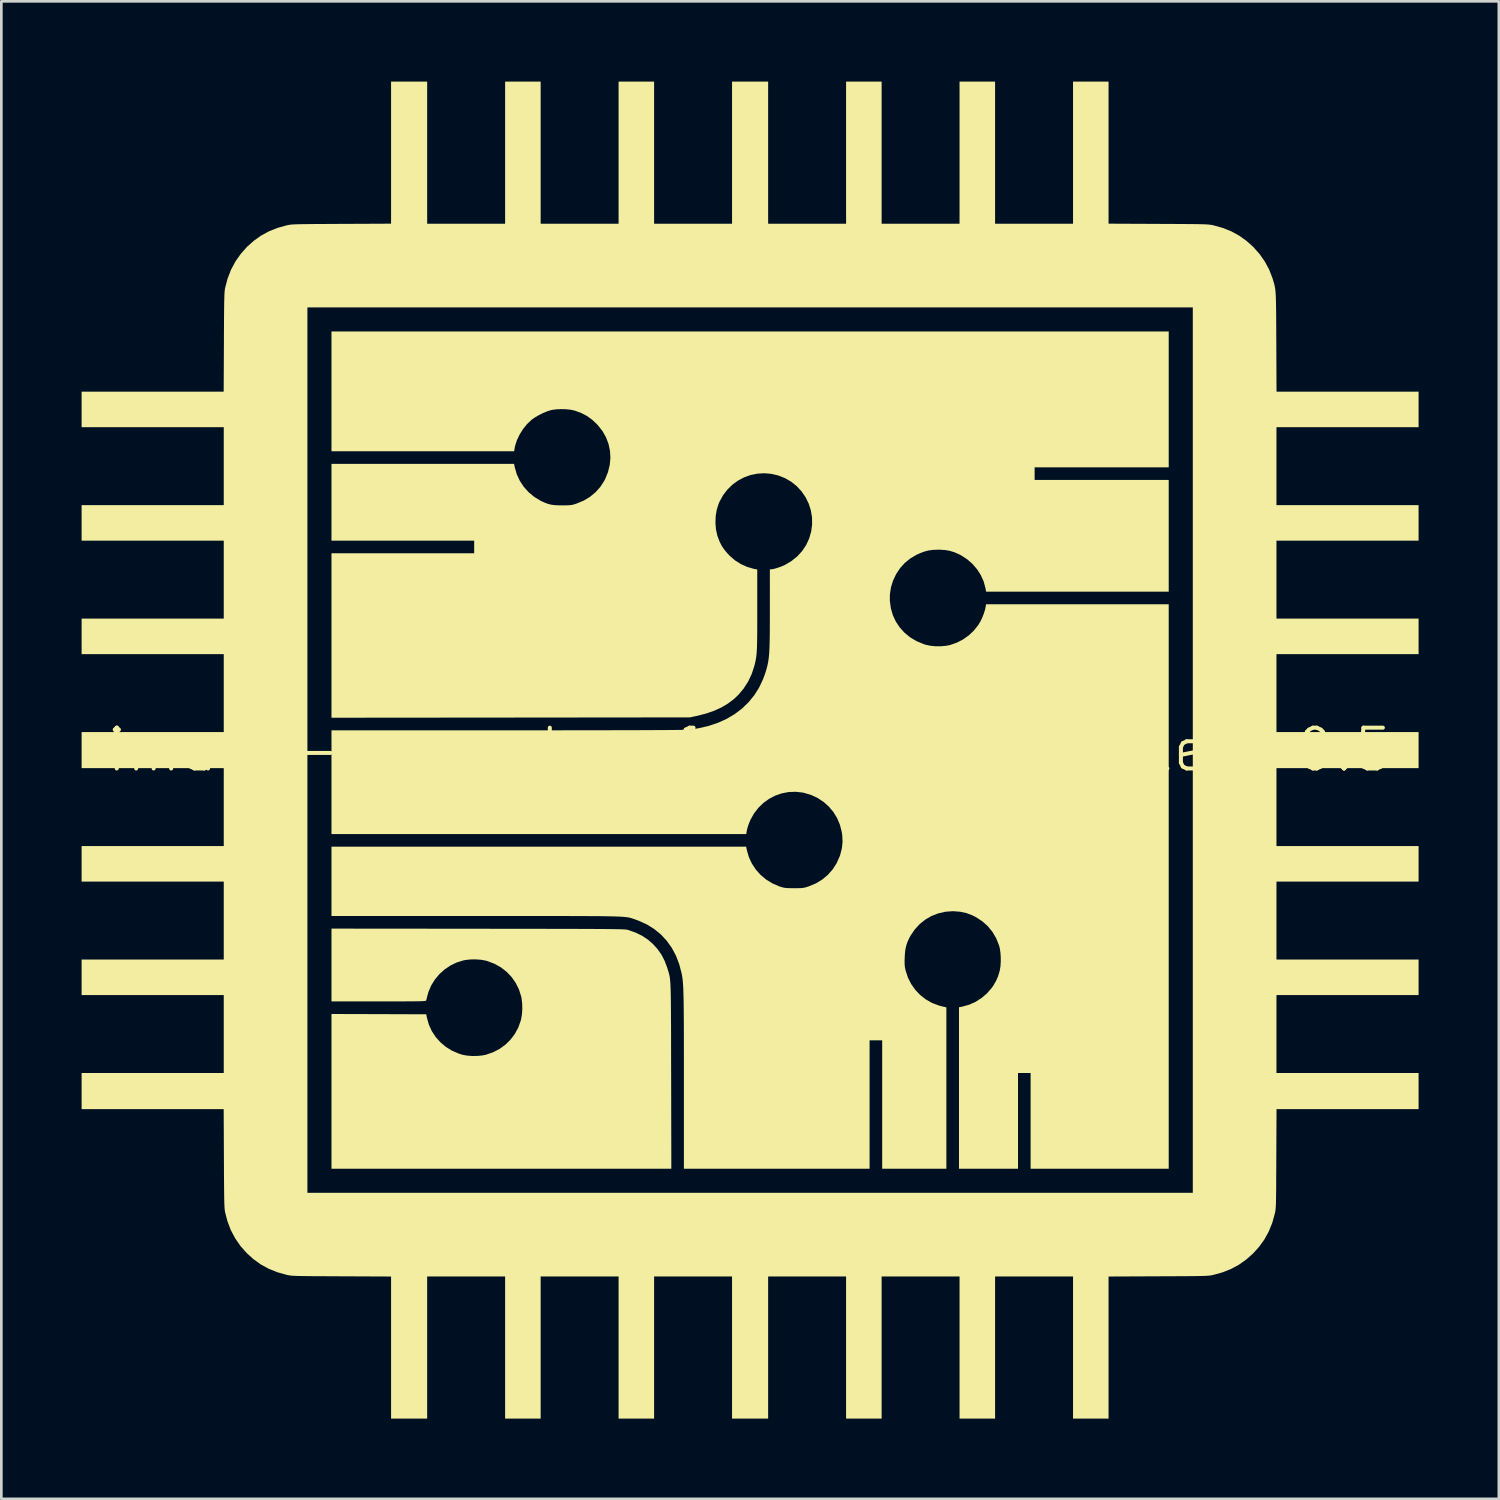
<source format=kicad_pcb>
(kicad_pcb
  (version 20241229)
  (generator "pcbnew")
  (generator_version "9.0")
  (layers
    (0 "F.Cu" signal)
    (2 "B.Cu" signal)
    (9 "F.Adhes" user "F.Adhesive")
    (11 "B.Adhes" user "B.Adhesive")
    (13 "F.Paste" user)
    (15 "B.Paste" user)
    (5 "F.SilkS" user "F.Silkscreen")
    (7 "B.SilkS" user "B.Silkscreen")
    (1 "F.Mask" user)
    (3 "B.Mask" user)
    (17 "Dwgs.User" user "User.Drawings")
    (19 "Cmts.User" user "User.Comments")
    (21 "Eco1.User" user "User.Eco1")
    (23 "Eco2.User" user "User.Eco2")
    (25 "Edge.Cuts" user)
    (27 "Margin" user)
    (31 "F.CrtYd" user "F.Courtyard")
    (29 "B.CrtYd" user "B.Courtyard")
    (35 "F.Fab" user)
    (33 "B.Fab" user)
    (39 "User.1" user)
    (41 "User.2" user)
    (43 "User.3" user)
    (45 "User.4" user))
  (footprint "image-converter-footprint-rescaled-0.5"
    (layer "F.Cu")
    (at 24.972 24.972)
    (property "Reference" "image-converter-footprint-rescaled-0.5" (at 0 0 0) (layer "F.SilkS") (effects (font (size 1.524 1.524) (thickness 0.15))))
    (attr board_only exclude_from_pos_files exclude_from_bom)
    (fp_poly (pts (xy -10.157 6.687) (xy -9.583 6.688) (xy -9.051 6.688) (xy -8.558 6.689) (xy -8.104 6.689) (xy -7.686 6.69) (xy -7.303 6.691) (xy -6.953 6.691) (xy -6.636 6.692) (xy -6.348 6.693) (xy -6.089 6.694) (xy -5.857 6.695) (xy -5.651 6.696) (xy -5.468 6.697) (xy -5.308 6.699) (xy -5.169 6.7) (xy -5.049 6.702) (xy -4.946 6.704) (xy -4.859 6.706) (xy -4.787 6.708) (xy -4.728 6.711) (xy -4.68 6.713) (xy -4.642 6.716) (xy -4.612 6.719) (xy -4.588 6.723) (xy -4.57 6.726) (xy -4.555 6.73) (xy -4.553 6.731) (xy -4.274 6.829) (xy -4.029 6.948) (xy -3.813 7.09) (xy -3.619 7.258) (xy -3.618 7.26) (xy -3.444 7.453) (xy -3.301 7.658) (xy -3.184 7.885) (xy -3.087 8.143) (xy -3.075 8.181) (xy -3.059 8.234) (xy -3.044 8.281) (xy -3.031 8.326) (xy -3.019 8.37) (xy -3.008 8.415) (xy -2.998 8.463) (xy -2.989 8.517) (xy -2.982 8.578) (xy -2.975 8.649) (xy -2.969 8.732) (xy -2.964 8.829) (xy -2.96 8.942) (xy -2.956 9.073) (xy -2.953 9.224) (xy -2.951 9.397) (xy -2.949 9.595) (xy -2.947 9.819) (xy -2.946 10.072) (xy -2.944 10.356) (xy -2.943 10.672) (xy -2.943 11.023) (xy -2.942 11.412) (xy -2.941 11.839) (xy -2.94 12.191) (xy -2.933 15.655) (xy -15.634 15.655) (xy -15.634 9.873) (xy -13.864 9.878) (xy -12.093 9.884) (xy -12.065 10.023) (xy -11.992 10.278) (xy -11.882 10.517) (xy -11.737 10.736) (xy -11.561 10.933) (xy -11.357 11.104) (xy -11.128 11.245) (xy -10.878 11.353) (xy -10.74 11.396) (xy -10.575 11.427) (xy -10.387 11.442) (xy -10.191 11.441) (xy -10.005 11.424) (xy -9.862 11.396) (xy -9.597 11.304) (xy -9.353 11.178) (xy -9.134 11.019) (xy -8.943 10.831) (xy -8.781 10.617) (xy -8.653 10.379) (xy -8.56 10.12) (xy -8.545 10.06) (xy -8.515 9.88) (xy -8.502 9.678) (xy -8.508 9.473) (xy -8.531 9.282) (xy -8.545 9.215) (xy -8.629 8.952) (xy -8.75 8.709) (xy -8.904 8.489) (xy -9.089 8.295) (xy -9.302 8.13) (xy -9.541 7.996) (xy -9.801 7.897) (xy -9.862 7.88) (xy -10.029 7.848) (xy -10.218 7.833) (xy -10.415 7.833) (xy -10.6 7.851) (xy -10.698 7.868) (xy -10.951 7.946) (xy -11.189 8.061) (xy -11.408 8.209) (xy -11.603 8.385) (xy -11.771 8.587) (xy -11.909 8.81) (xy -12.011 9.05) (xy -12.056 9.211) (xy -12.073 9.283) (xy -12.087 9.342) (xy -12.093 9.364) (xy -12.097 9.371) (xy -12.106 9.377) (xy -12.123 9.382) (xy -12.15 9.386) (xy -12.191 9.39) (xy -12.249 9.393) (xy -12.325 9.396) (xy -12.423 9.397) (xy -12.545 9.399) (xy -12.695 9.4) (xy -12.874 9.401) (xy -13.085 9.401) (xy -13.332 9.402) (xy -13.617 9.402) (xy -13.869 9.402) (xy -15.634 9.402) (xy -15.634 6.682)) (stroke (width 0) (type solid)) (fill yes) (layer "F.SilkS"))
    (fp_poly (pts (xy -12.058 -19.66) (xy -9.145 -19.66) (xy -9.145 -24.972) (xy -7.817 -24.972) (xy -7.817 -19.66) (xy -4.904 -19.66) (xy -4.904 -24.972) (xy -3.577 -24.972) (xy -3.577 -19.66) (xy -0.664 -19.66) (xy -0.664 -24.972) (xy 0.685 -24.972) (xy 0.685 -19.66) (xy 3.598 -19.66) (xy 3.598 -24.972) (xy 4.926 -24.972) (xy 4.926 -19.66) (xy 7.838 -19.66) (xy 7.838 -24.972) (xy 9.166 -24.972) (xy 9.166 -19.66) (xy 12.079 -19.66) (xy 12.079 -24.972) (xy 13.407 -24.972) (xy 13.407 -19.663) (xy 15.265 -19.655) (xy 15.59 -19.653) (xy 15.875 -19.652) (xy 16.123 -19.651) (xy 16.337 -19.649) (xy 16.521 -19.648) (xy 16.676 -19.646) (xy 16.806 -19.644) (xy 16.914 -19.641) (xy 17.003 -19.639) (xy 17.076 -19.635) (xy 17.135 -19.631) (xy 17.185 -19.626) (xy 17.227 -19.62) (xy 17.264 -19.614) (xy 17.3 -19.607) (xy 17.33 -19.6) (xy 17.677 -19.503) (xy 17.997 -19.375) (xy 18.292 -19.213) (xy 18.567 -19.016) (xy 18.815 -18.793) (xy 19.051 -18.528) (xy 19.25 -18.242) (xy 19.413 -17.938) (xy 19.536 -17.617) (xy 19.543 -17.593) (xy 19.564 -17.524) (xy 19.583 -17.462) (xy 19.599 -17.404) (xy 19.613 -17.346) (xy 19.625 -17.285) (xy 19.635 -17.219) (xy 19.644 -17.144) (xy 19.651 -17.057) (xy 19.656 -16.955) (xy 19.661 -16.835) (xy 19.665 -16.694) (xy 19.667 -16.529) (xy 19.67 -16.336) (xy 19.671 -16.113) (xy 19.673 -15.856) (xy 19.674 -15.563) (xy 19.676 -15.233) (xy 19.684 -13.385) (xy 24.993 -13.385) (xy 24.993 -12.058) (xy 19.682 -12.058) (xy 19.682 -9.145) (xy 24.993 -9.145) (xy 24.993 -7.817) (xy 19.682 -7.817) (xy 19.682 -4.904) (xy 24.993 -4.904) (xy 24.993 -3.577) (xy 19.682 -3.577) (xy 19.682 -0.664) (xy 24.993 -0.664) (xy 24.993 0.685) (xy 19.682 0.685) (xy 19.682 3.598) (xy 24.993 3.598) (xy 24.993 4.926) (xy 19.682 4.926) (xy 19.682 7.838) (xy 24.993 7.838) (xy 24.993 9.166) (xy 19.682 9.166) (xy 19.682 12.079) (xy 24.993 12.079) (xy 24.993 13.428) (xy 19.684 13.428) (xy 19.676 15.275) (xy 19.675 15.599) (xy 19.673 15.884) (xy 19.672 16.131) (xy 19.671 16.344) (xy 19.669 16.527) (xy 19.667 16.681) (xy 19.665 16.811) (xy 19.663 16.918) (xy 19.66 17.007) (xy 19.656 17.079) (xy 19.652 17.138) (xy 19.647 17.187) (xy 19.641 17.229) (xy 19.635 17.267) (xy 19.627 17.303) (xy 19.621 17.33) (xy 19.524 17.679) (xy 19.395 17.999) (xy 19.232 18.296) (xy 19.035 18.571) (xy 18.814 18.816) (xy 18.554 19.048) (xy 18.278 19.243) (xy 17.982 19.403) (xy 17.662 19.53) (xy 17.33 19.621) (xy 17.293 19.63) (xy 17.257 19.637) (xy 17.219 19.643) (xy 17.175 19.649) (xy 17.124 19.653) (xy 17.062 19.657) (xy 16.986 19.661) (xy 16.894 19.663) (xy 16.781 19.666) (xy 16.646 19.668) (xy 16.486 19.67) (xy 16.296 19.671) (xy 16.075 19.672) (xy 15.82 19.674) (xy 15.527 19.675) (xy 15.265 19.676) (xy 13.407 19.684) (xy 13.407 24.993) (xy 12.079 24.993) (xy 12.079 19.682) (xy 9.166 19.682) (xy 9.166 24.993) (xy 7.838 24.993) (xy 7.838 19.682) (xy 4.926 19.682) (xy 4.926 24.993) (xy 3.598 24.993) (xy 3.598 19.682) (xy 0.685 19.682) (xy 0.685 24.993) (xy -0.664 24.993) (xy -0.664 19.682) (xy -3.577 19.682) (xy -3.577 24.993) (xy -4.904 24.993) (xy -4.904 19.682) (xy -7.817 19.682) (xy -7.817 24.993) (xy -9.145 24.993) (xy -9.145 19.682) (xy -12.058 19.682) (xy -12.058 24.993) (xy -13.407 24.993) (xy -13.407 19.684) (xy -15.254 19.676) (xy -15.578 19.675) (xy -15.862 19.673) (xy -16.11 19.672) (xy -16.323 19.671) (xy -16.505 19.669) (xy -16.66 19.667) (xy -16.789 19.665) (xy -16.897 19.663) (xy -16.985 19.66) (xy -17.057 19.656) (xy -17.117 19.652) (xy -17.166 19.647) (xy -17.207 19.641) (xy -17.245 19.635) (xy -17.282 19.627) (xy -17.309 19.621) (xy -17.657 19.524) (xy -17.979 19.394) (xy -18.276 19.232) (xy -18.552 19.033) (xy -18.794 18.815) (xy -19.031 18.549) (xy -19.231 18.26) (xy -19.396 17.949) (xy -19.523 17.615) (xy -19.611 17.276) (xy -19.617 17.24) (xy -19.623 17.198) (xy -19.628 17.147) (xy -19.632 17.084) (xy -19.636 17.006) (xy -19.639 16.911) (xy -19.642 16.794) (xy -19.644 16.654) (xy -19.645 16.555) (xy -16.534 16.555) (xy 16.555 16.555) (xy 16.555 -16.534) (xy -16.534 -16.534) (xy -16.534 16.555) (xy -19.645 16.555) (xy -19.646 16.488) (xy -19.648 16.292) (xy -19.65 16.064) (xy -19.652 15.801) (xy -19.653 15.5) (xy -19.654 15.265) (xy -19.663 13.428) (xy -24.972 13.428) (xy -24.972 12.079) (xy -19.66 12.079) (xy -19.66 9.166) (xy -24.972 9.166) (xy -24.972 7.838) (xy -19.66 7.838) (xy -19.66 4.926) (xy -24.972 4.926) (xy -24.972 3.598) (xy -19.66 3.598) (xy -19.66 0.685) (xy -24.972 0.685) (xy -24.972 -0.664) (xy -19.66 -0.664) (xy -19.66 -3.577) (xy -24.972 -3.577) (xy -24.972 -4.904) (xy -19.66 -4.904) (xy -19.66 -7.817) (xy -24.972 -7.817) (xy -24.972 -9.145) (xy -19.66 -9.145) (xy -19.66 -12.058) (xy -24.972 -12.058) (xy -24.972 -13.385) (xy -19.663 -13.385) (xy -19.654 -15.233) (xy -19.653 -15.563) (xy -19.651 -15.853) (xy -19.65 -16.106) (xy -19.648 -16.325) (xy -19.646 -16.513) (xy -19.644 -16.672) (xy -19.641 -16.805) (xy -19.638 -16.916) (xy -19.635 -17.007) (xy -19.631 -17.08) (xy -19.626 -17.14) (xy -19.621 -17.188) (xy -19.615 -17.228) (xy -19.611 -17.254) (xy -19.518 -17.608) (xy -19.389 -17.94) (xy -19.223 -18.251) (xy -19.02 -18.539) (xy -18.793 -18.794) (xy -18.534 -19.026) (xy -18.259 -19.221) (xy -17.962 -19.381) (xy -17.641 -19.508) (xy -17.309 -19.6) (xy -17.271 -19.608) (xy -17.235 -19.615) (xy -17.197 -19.622) (xy -17.153 -19.627) (xy -17.102 -19.632) (xy -17.04 -19.636) (xy -16.964 -19.639) (xy -16.871 -19.642) (xy -16.758 -19.644) (xy -16.623 -19.646) (xy -16.461 -19.648) (xy -16.271 -19.65) (xy -16.049 -19.651) (xy -15.793 -19.652) (xy -15.499 -19.654) (xy -15.254 -19.655) (xy -13.407 -19.663) (xy -13.407 -24.972) (xy -12.058 -24.972)) (stroke (width 0) (type solid)) (fill yes) (layer "F.SilkS"))
    (fp_poly (pts (xy 15.655 -10.558) (xy 10.644 -10.558) (xy 10.644 -10.087) (xy 15.655 -10.087) (xy 15.655 -5.911) (xy 8.831 -5.911) (xy 8.806 -6.045) (xy 8.74 -6.291) (xy 8.634 -6.526) (xy 8.494 -6.746) (xy 8.323 -6.945) (xy 8.124 -7.12) (xy 7.901 -7.265) (xy 7.827 -7.304) (xy 7.646 -7.383) (xy 7.474 -7.436) (xy 7.296 -7.467) (xy 7.096 -7.479) (xy 7.046 -7.479) (xy 6.854 -7.473) (xy 6.685 -7.451) (xy 6.525 -7.41) (xy 6.358 -7.347) (xy 6.217 -7.282) (xy 5.99 -7.146) (xy 5.787 -6.979) (xy 5.612 -6.784) (xy 5.467 -6.565) (xy 5.354 -6.327) (xy 5.276 -6.075) (xy 5.235 -5.812) (xy 5.233 -5.568) (xy 5.27 -5.293) (xy 5.345 -5.033) (xy 5.457 -4.792) (xy 5.604 -4.572) (xy 5.782 -4.375) (xy 5.991 -4.204) (xy 6.228 -4.063) (xy 6.49 -3.953) (xy 6.566 -3.928) (xy 6.743 -3.89) (xy 6.944 -3.87) (xy 7.151 -3.87) (xy 7.35 -3.889) (xy 7.485 -3.917) (xy 7.733 -4.003) (xy 7.968 -4.124) (xy 8.183 -4.277) (xy 8.374 -4.457) (xy 8.534 -4.658) (xy 8.621 -4.803) (xy 8.686 -4.94) (xy 8.744 -5.086) (xy 8.788 -5.226) (xy 8.814 -5.343) (xy 8.828 -5.44) (xy 15.655 -5.44) (xy 15.655 15.655) (xy 10.494 15.655) (xy 10.494 12.079) (xy 10.023 12.079) (xy 10.023 15.655) (xy 7.817 15.655) (xy 7.817 9.622) (xy 7.951 9.595) (xy 8.197 9.526) (xy 8.435 9.419) (xy 8.658 9.277) (xy 8.858 9.107) (xy 9.03 8.912) (xy 9.097 8.818) (xy 9.2 8.641) (xy 9.276 8.468) (xy 9.334 8.276) (xy 9.341 8.247) (xy 9.366 8.101) (xy 9.378 7.931) (xy 9.378 7.751) (xy 9.366 7.575) (xy 9.342 7.416) (xy 9.316 7.314) (xy 9.21 7.048) (xy 9.07 6.808) (xy 8.897 6.596) (xy 8.693 6.412) (xy 8.457 6.257) (xy 8.324 6.189) (xy 8.097 6.102) (xy 7.863 6.051) (xy 7.61 6.032) (xy 7.581 6.031) (xy 7.304 6.052) (xy 7.039 6.113) (xy 6.789 6.211) (xy 6.558 6.345) (xy 6.349 6.513) (xy 6.165 6.712) (xy 6.01 6.941) (xy 5.959 7.035) (xy 5.894 7.176) (xy 5.848 7.308) (xy 5.816 7.445) (xy 5.797 7.599) (xy 5.788 7.764) (xy 5.784 7.894) (xy 5.785 7.993) (xy 5.79 8.074) (xy 5.801 8.15) (xy 5.819 8.232) (xy 5.825 8.257) (xy 5.91 8.515) (xy 6.032 8.755) (xy 6.186 8.973) (xy 6.37 9.166) (xy 6.58 9.329) (xy 6.812 9.461) (xy 7.064 9.556) (xy 7.152 9.58) (xy 7.346 9.626) (xy 7.346 15.655) (xy 4.947 15.655) (xy 4.947 10.858) (xy 4.476 10.858) (xy 4.476 15.655) (xy -2.463 15.655) (xy -2.463 12.395) (xy -2.463 11.929) (xy -2.463 11.504) (xy -2.464 11.118) (xy -2.464 10.768) (xy -2.465 10.453) (xy -2.466 10.169) (xy -2.468 9.916) (xy -2.47 9.691) (xy -2.472 9.491) (xy -2.475 9.315) (xy -2.479 9.161) (xy -2.483 9.026) (xy -2.487 8.908) (xy -2.493 8.805) (xy -2.499 8.716) (xy -2.506 8.637) (xy -2.513 8.567) (xy -2.522 8.504) (xy -2.531 8.445) (xy -2.542 8.389) (xy -2.549 8.352) (xy -2.639 8.009) (xy -2.761 7.691) (xy -2.916 7.401) (xy -3.103 7.139) (xy -3.319 6.905) (xy -3.566 6.702) (xy -3.84 6.531) (xy -4.143 6.391) (xy -4.275 6.343) (xy -4.315 6.329) (xy -4.351 6.317) (xy -4.384 6.305) (xy -4.417 6.294) (xy -4.45 6.284) (xy -4.486 6.275) (xy -4.526 6.266) (xy -4.571 6.259) (xy -4.624 6.252) (xy -4.685 6.246) (xy -4.757 6.24) (xy -4.842 6.235) (xy -4.94 6.231) (xy -5.053 6.227) (xy -5.184 6.224) (xy -5.333 6.221) (xy -5.502 6.218) (xy -5.693 6.216) (xy -5.908 6.215) (xy -6.148 6.214) (xy -6.415 6.213) (xy -6.71 6.212) (xy -7.035 6.211) (xy -7.392 6.211) (xy -7.782 6.211) (xy -8.206 6.211) (xy -8.668 6.211) (xy -9.167 6.211) (xy -9.706 6.211) (xy -10.229 6.211) (xy -15.634 6.211) (xy -15.634 3.619) (xy -0.137 3.619) (xy -0.11 3.752) (xy -0.035 4.011) (xy 0.078 4.254) (xy 0.225 4.476) (xy 0.404 4.676) (xy 0.611 4.849) (xy 0.844 4.992) (xy 1.099 5.103) (xy 1.157 5.122) (xy 1.225 5.141) (xy 1.288 5.155) (xy 1.356 5.164) (xy 1.44 5.169) (xy 1.55 5.171) (xy 1.66 5.172) (xy 1.791 5.171) (xy 1.889 5.169) (xy 1.965 5.164) (xy 2.029 5.154) (xy 2.091 5.139) (xy 2.161 5.117) (xy 2.206 5.102) (xy 2.469 4.992) (xy 2.706 4.849) (xy 2.916 4.673) (xy 3.096 4.469) (xy 3.245 4.237) (xy 3.359 3.98) (xy 3.38 3.919) (xy 3.441 3.679) (xy 3.466 3.444) (xy 3.455 3.201) (xy 3.437 3.074) (xy 3.369 2.806) (xy 3.265 2.557) (xy 3.126 2.328) (xy 2.955 2.124) (xy 2.757 1.947) (xy 2.533 1.8) (xy 2.287 1.685) (xy 2.021 1.607) (xy 1.973 1.597) (xy 1.707 1.568) (xy 1.444 1.579) (xy 1.189 1.628) (xy 0.946 1.714) (xy 0.717 1.834) (xy 0.507 1.986) (xy 0.319 2.168) (xy 0.157 2.378) (xy 0.025 2.613) (xy -0.055 2.811) (xy -0.083 2.901) (xy -0.106 2.99) (xy -0.119 3.052) (xy -0.133 3.148) (xy -15.634 3.148) (xy -15.634 -0.728) (xy -9.107 -0.728) (xy -8.43 -0.728) (xy -7.784 -0.729) (xy -7.171 -0.729) (xy -6.591 -0.73) (xy -6.046 -0.73) (xy -5.535 -0.731) (xy -5.059 -0.732) (xy -4.619 -0.733) (xy -4.216 -0.734) (xy -3.85 -0.735) (xy -3.521 -0.737) (xy -3.231 -0.738) (xy -2.98 -0.74) (xy -2.769 -0.742) (xy -2.598 -0.744) (xy -2.468 -0.746) (xy -2.38 -0.748) (xy -2.334 -0.75) (xy -1.933 -0.802) (xy -1.554 -0.888) (xy -1.2 -1.006) (xy -0.87 -1.154) (xy -0.567 -1.333) (xy -0.293 -1.541) (xy -0.048 -1.777) (xy 0.167 -2.04) (xy 0.349 -2.329) (xy 0.497 -2.644) (xy 0.566 -2.833) (xy 0.599 -2.934) (xy 0.627 -3.029) (xy 0.651 -3.12) (xy 0.672 -3.213) (xy 0.69 -3.309) (xy 0.705 -3.414) (xy 0.717 -3.53) (xy 0.727 -3.66) (xy 0.734 -3.809) (xy 0.74 -3.98) (xy 0.744 -4.177) (xy 0.747 -4.402) (xy 0.748 -4.66) (xy 0.749 -4.954) (xy 0.749 -5.263) (xy 0.75 -6.746) (xy 0.798 -6.746) (xy 0.866 -6.755) (xy 0.961 -6.778) (xy 1.071 -6.812) (xy 1.183 -6.853) (xy 1.286 -6.897) (xy 1.313 -6.91) (xy 1.558 -7.055) (xy 1.773 -7.228) (xy 1.955 -7.428) (xy 2.104 -7.65) (xy 2.217 -7.894) (xy 2.293 -8.155) (xy 2.328 -8.417) (xy 2.325 -8.687) (xy 2.281 -8.95) (xy 2.2 -9.202) (xy 2.084 -9.439) (xy 1.934 -9.657) (xy 1.755 -9.852) (xy 1.547 -10.019) (xy 1.32 -10.151) (xy 1.063 -10.253) (xy 0.802 -10.314) (xy 0.54 -10.336) (xy 0.281 -10.321) (xy 0.029 -10.269) (xy -0.212 -10.182) (xy -0.44 -10.062) (xy -0.649 -9.91) (xy -0.836 -9.728) (xy -0.998 -9.517) (xy -1.13 -9.278) (xy -1.165 -9.197) (xy -1.235 -8.976) (xy -1.275 -8.736) (xy -1.285 -8.487) (xy -1.266 -8.243) (xy -1.216 -8.013) (xy -1.201 -7.968) (xy -1.131 -7.784) (xy -1.05 -7.624) (xy -0.95 -7.476) (xy -0.823 -7.326) (xy -0.754 -7.253) (xy -0.562 -7.086) (xy -0.342 -6.946) (xy -0.104 -6.837) (xy 0.141 -6.766) (xy 0.145 -6.765) (xy 0.278 -6.738) (xy 0.278 -5.237) (xy 0.278 -4.927) (xy 0.278 -4.656) (xy 0.277 -4.42) (xy 0.275 -4.217) (xy 0.272 -4.042) (xy 0.269 -3.893) (xy 0.264 -3.765) (xy 0.257 -3.654) (xy 0.25 -3.559) (xy 0.24 -3.474) (xy 0.228 -3.397) (xy 0.214 -3.323) (xy 0.198 -3.25) (xy 0.179 -3.174) (xy 0.17 -3.139) (xy 0.072 -2.837) (xy -0.062 -2.553) (xy -0.229 -2.292) (xy -0.425 -2.057) (xy -0.598 -1.894) (xy -0.82 -1.727) (xy -1.063 -1.583) (xy -1.332 -1.46) (xy -1.631 -1.357) (xy -1.964 -1.27) (xy -2.024 -1.258) (xy -2.238 -1.212) (xy -8.936 -1.205) (xy -15.634 -1.199) (xy -15.634 -7.346) (xy -10.301 -7.346) (xy -10.301 -7.817) (xy -15.634 -7.817) (xy -15.634 -10.687) (xy -8.811 -10.687) (xy -8.783 -10.554) (xy -8.709 -10.297) (xy -8.596 -10.054) (xy -8.448 -9.83) (xy -8.268 -9.629) (xy -8.06 -9.455) (xy -7.827 -9.312) (xy -7.772 -9.285) (xy -7.647 -9.229) (xy -7.534 -9.189) (xy -7.423 -9.161) (xy -7.302 -9.145) (xy -7.16 -9.137) (xy -7.003 -9.135) (xy -6.873 -9.136) (xy -6.776 -9.139) (xy -6.7 -9.145) (xy -6.635 -9.155) (xy -6.571 -9.171) (xy -6.497 -9.195) (xy -6.475 -9.202) (xy -6.212 -9.311) (xy -5.975 -9.453) (xy -5.765 -9.626) (xy -5.585 -9.828) (xy -5.437 -10.058) (xy -5.406 -10.119) (xy -5.3 -10.38) (xy -5.235 -10.646) (xy -5.21 -10.912) (xy -5.226 -11.175) (xy -5.281 -11.433) (xy -5.375 -11.68) (xy -5.508 -11.914) (xy -5.679 -12.131) (xy -5.705 -12.159) (xy -5.891 -12.335) (xy -6.084 -12.475) (xy -6.294 -12.585) (xy -6.531 -12.672) (xy -6.569 -12.683) (xy -6.706 -12.711) (xy -6.87 -12.728) (xy -7.046 -12.733) (xy -7.219 -12.726) (xy -7.375 -12.706) (xy -7.442 -12.692) (xy -7.584 -12.646) (xy -7.742 -12.579) (xy -7.9 -12.499) (xy -8.046 -12.413) (xy -8.163 -12.328) (xy -8.329 -12.169) (xy -8.478 -11.983) (xy -8.605 -11.779) (xy -8.705 -11.567) (xy -8.773 -11.355) (xy -8.793 -11.255) (xy -8.807 -11.158) (xy -15.634 -11.158) (xy -15.634 -15.634) (xy 15.655 -15.634)) (stroke (width 0) (type solid)) (fill yes) (layer "F.SilkS")))
  (gr_rect
    (start -3 -3)
    (end 52.965 52.965)
    (stroke (width 0.1) (type default))
    (fill no)
    (layer "Edge.Cuts")))
</source>
